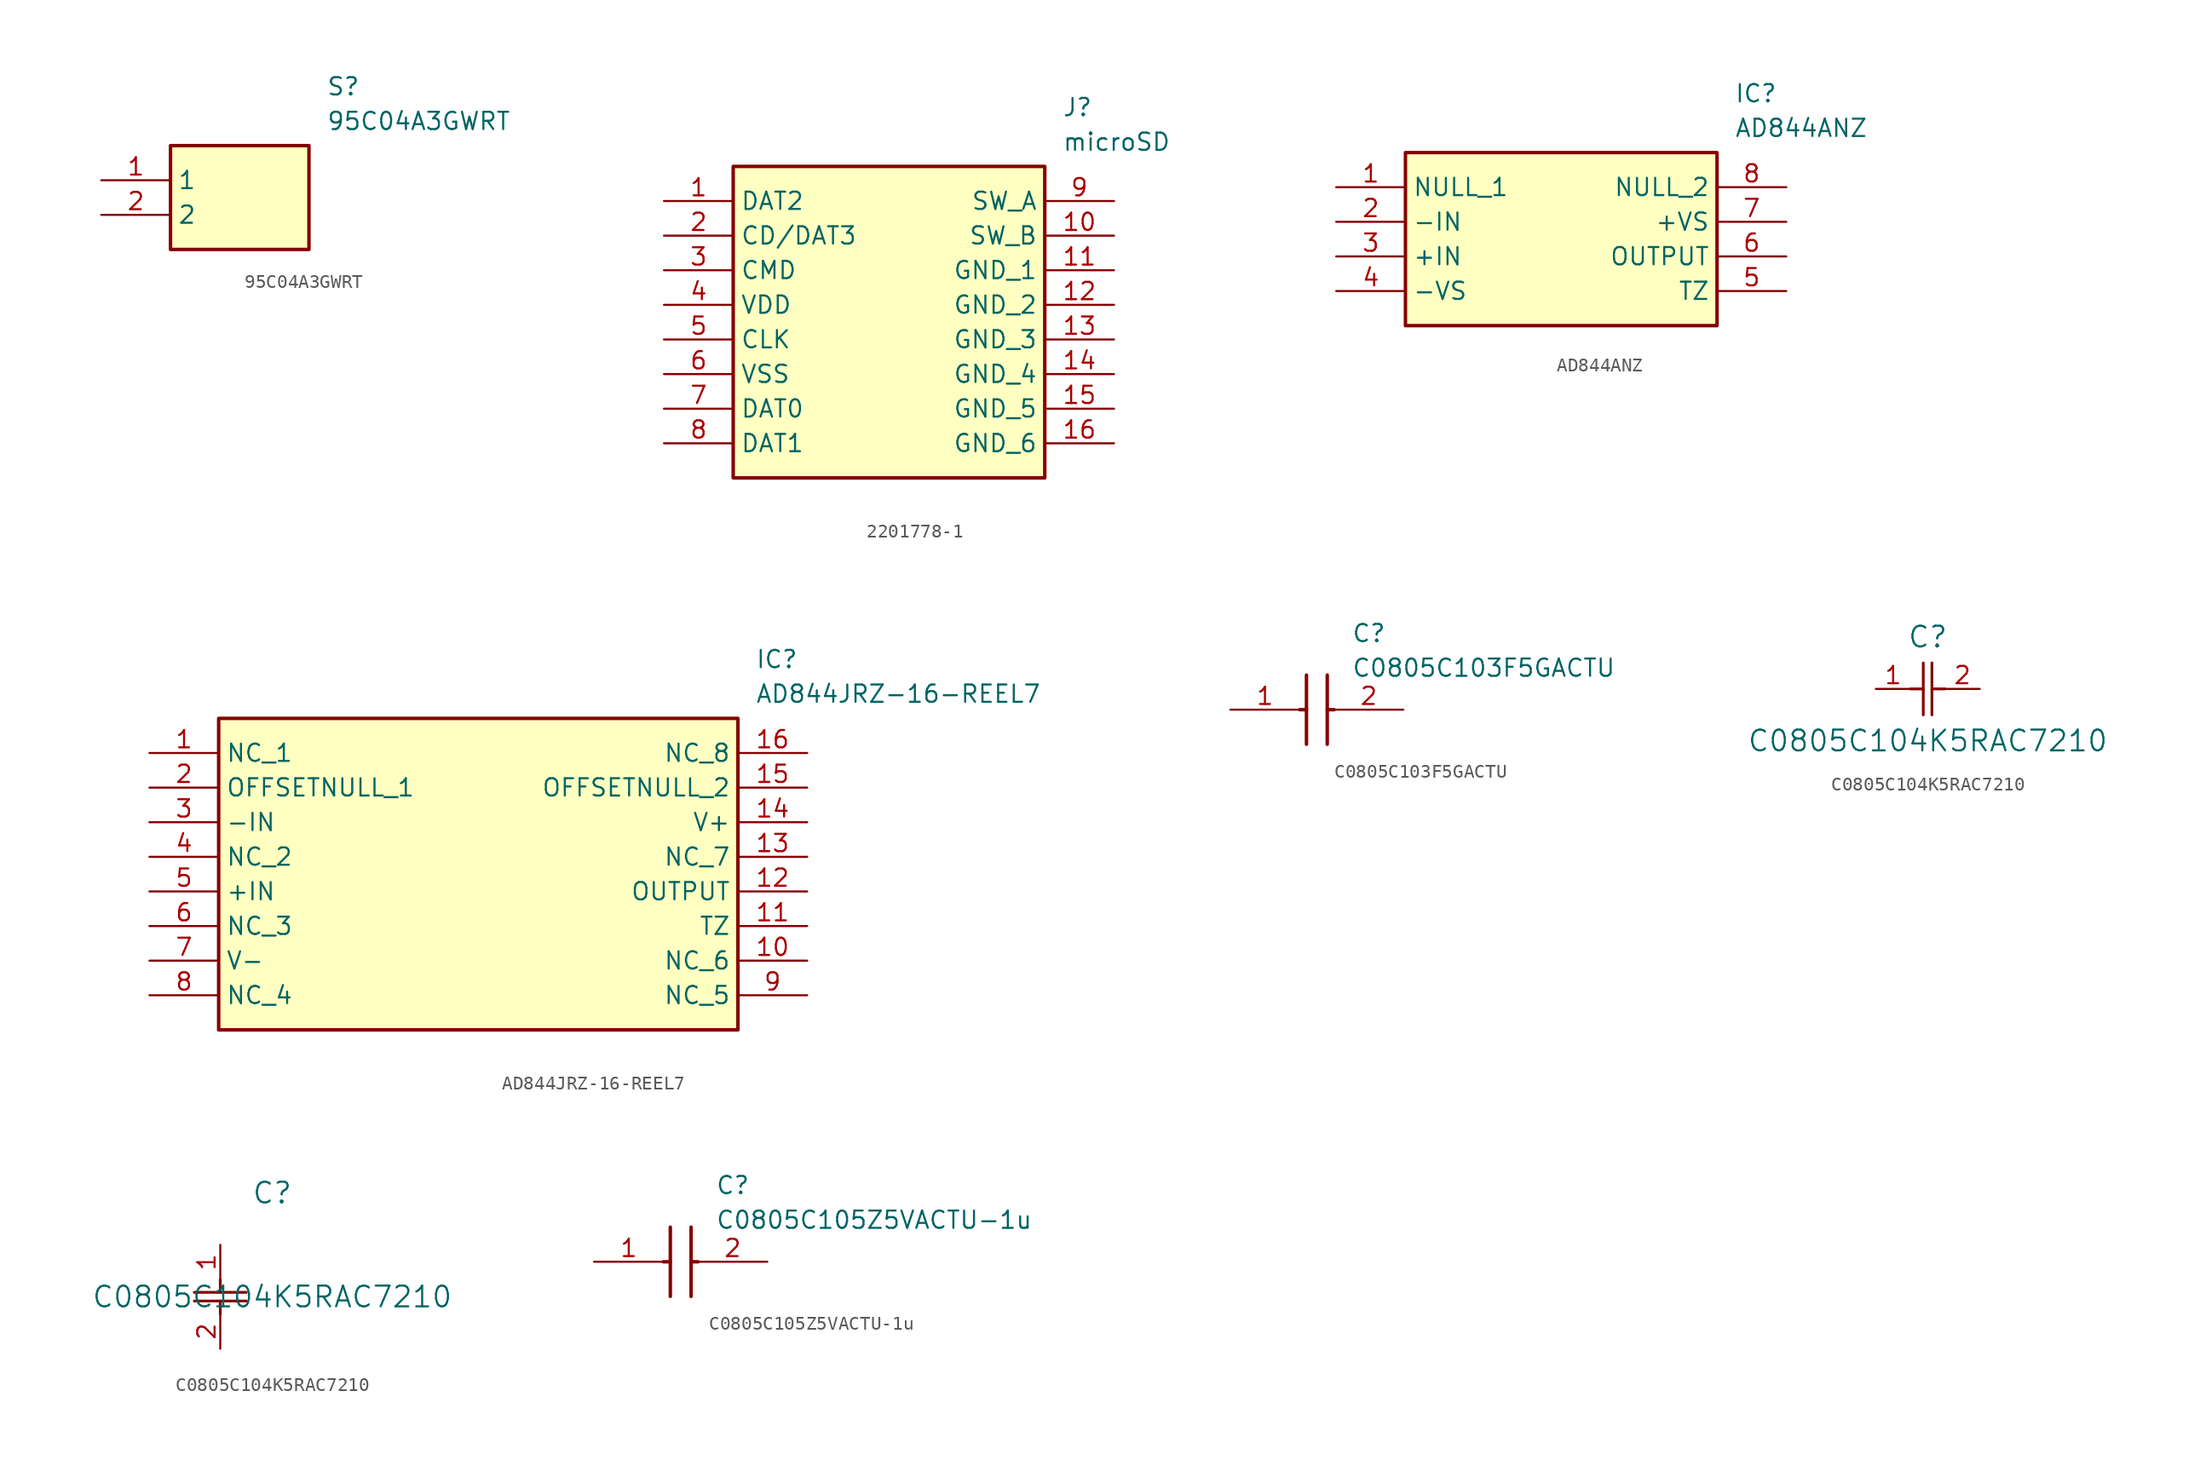
<source format=kicad_sym>
(kicad_symbol_lib
  (version 20231120)
  (generator "kicad_symbol_editor")
  (generator_version "8.0")
  (symbol "95C04A3GWRT"
    (property "Reference" "S"
      (at 16.51 7.62 0)
      (effects (font (size 1.27 1.27)) (justify left top)))
    (property "Value" "95C04A3GWRT"
      (at 16.51 5.08 0)
      (effects (font (size 1.27 1.27)) (justify left top)))
    (symbol "95C04A3GWRT_1_1"
      (rectangle (start 5.08 2.54) (end 15.24 -5.08) (stroke (width 0.254) (type default)) (fill (type background)))
      (pin passive line (at 0 0 0) (length 5.08) (name "1" (effects (font (size 1.27 1.27)))) (number "1" (effects (font (size 1.27 1.27)))))
      (pin passive line (at 0 -2.54 0) (length 5.08) (name "2" (effects (font (size 1.27 1.27)))) (number "2" (effects (font (size 1.27 1.27)))))))
  (symbol "2201778-1"
    (property "Reference" "J"
      (at 29.21 7.62 0)
      (effects (font (size 1.27 1.27)) (justify left top)))
    (property "Value" "microSD"
      (at 29.21 5.08 0)
      (effects (font (size 1.27 1.27)) (justify left top)))
    (symbol "2201778-1_1_1"
      (rectangle (start 5.08 2.54) (end 27.94 -20.32) (stroke (width 0.254) (type default)) (fill (type background)))
      (pin passive line (at 0 0 0) (length 5.08) (name "DAT2" (effects (font (size 1.27 1.27)))) (number "1" (effects (font (size 1.27 1.27)))))
      (pin passive line (at 33.02 -2.54 180) (length 5.08) (name "SW_B" (effects (font (size 1.27 1.27)))) (number "10" (effects (font (size 1.27 1.27)))))
      (pin passive line (at 33.02 -5.08 180) (length 5.08) (name "GND_1" (effects (font (size 1.27 1.27)))) (number "11" (effects (font (size 1.27 1.27)))))
      (pin passive line (at 33.02 -7.62 180) (length 5.08) (name "GND_2" (effects (font (size 1.27 1.27)))) (number "12" (effects (font (size 1.27 1.27)))))
      (pin passive line (at 33.02 -10.16 180) (length 5.08) (name "GND_3" (effects (font (size 1.27 1.27)))) (number "13" (effects (font (size 1.27 1.27)))))
      (pin passive line (at 33.02 -12.7 180) (length 5.08) (name "GND_4" (effects (font (size 1.27 1.27)))) (number "14" (effects (font (size 1.27 1.27)))))
      (pin passive line (at 33.02 -15.24 180) (length 5.08) (name "GND_5" (effects (font (size 1.27 1.27)))) (number "15" (effects (font (size 1.27 1.27)))))
      (pin passive line (at 33.02 -17.78 180) (length 5.08) (name "GND_6" (effects (font (size 1.27 1.27)))) (number "16" (effects (font (size 1.27 1.27)))))
      (pin passive line (at 0 -2.54 0) (length 5.08) (name "CD/DAT3" (effects (font (size 1.27 1.27)))) (number "2" (effects (font (size 1.27 1.27)))))
      (pin passive line (at 0 -5.08 0) (length 5.08) (name "CMD" (effects (font (size 1.27 1.27)))) (number "3" (effects (font (size 1.27 1.27)))))
      (pin passive line (at 0 -7.62 0) (length 5.08) (name "VDD" (effects (font (size 1.27 1.27)))) (number "4" (effects (font (size 1.27 1.27)))))
      (pin passive line (at 0 -10.16 0) (length 5.08) (name "CLK" (effects (font (size 1.27 1.27)))) (number "5" (effects (font (size 1.27 1.27)))))
      (pin passive line (at 0 -12.7 0) (length 5.08) (name "VSS" (effects (font (size 1.27 1.27)))) (number "6" (effects (font (size 1.27 1.27)))))
      (pin passive line (at 0 -15.24 0) (length 5.08) (name "DAT0" (effects (font (size 1.27 1.27)))) (number "7" (effects (font (size 1.27 1.27)))))
      (pin passive line (at 0 -17.78 0) (length 5.08) (name "DAT1" (effects (font (size 1.27 1.27)))) (number "8" (effects (font (size 1.27 1.27)))))
      (pin passive line (at 33.02 0 180) (length 5.08) (name "SW_A" (effects (font (size 1.27 1.27)))) (number "9" (effects (font (size 1.27 1.27)))))))
  (symbol "AD844ANZ"
    (property "Reference" "IC"
      (at 29.21 7.62 0)
      (effects (font (size 1.27 1.27)) (justify left top)))
    (property "Value" "AD844ANZ"
      (at 29.21 5.08 0)
      (effects (font (size 1.27 1.27)) (justify left top)))
    (symbol "AD844ANZ_1_1"
      (rectangle (start 5.08 2.54) (end 27.94 -10.16) (stroke (width 0.254) (type default)) (fill (type background)))
      (pin passive line (at 0 0 0) (length 5.08) (name "NULL_1" (effects (font (size 1.27 1.27)))) (number "1" (effects (font (size 1.27 1.27)))))
      (pin passive line (at 0 -2.54 0) (length 5.08) (name "-IN" (effects (font (size 1.27 1.27)))) (number "2" (effects (font (size 1.27 1.27)))))
      (pin passive line (at 0 -5.08 0) (length 5.08) (name "+IN" (effects (font (size 1.27 1.27)))) (number "3" (effects (font (size 1.27 1.27)))))
      (pin passive line (at 0 -7.62 0) (length 5.08) (name "-VS" (effects (font (size 1.27 1.27)))) (number "4" (effects (font (size 1.27 1.27)))))
      (pin passive line (at 33.02 -7.62 180) (length 5.08) (name "TZ" (effects (font (size 1.27 1.27)))) (number "5" (effects (font (size 1.27 1.27)))))
      (pin passive line (at 33.02 -5.08 180) (length 5.08) (name "OUTPUT" (effects (font (size 1.27 1.27)))) (number "6" (effects (font (size 1.27 1.27)))))
      (pin passive line (at 33.02 -2.54 180) (length 5.08) (name "+VS" (effects (font (size 1.27 1.27)))) (number "7" (effects (font (size 1.27 1.27)))))
      (pin passive line (at 33.02 0 180) (length 5.08) (name "NULL_2" (effects (font (size 1.27 1.27)))) (number "8" (effects (font (size 1.27 1.27)))))))
  (symbol "AD844JRZ-16-REEL7"
    (property "Reference" "IC"
      (at 44.45 7.62 0)
      (effects (font (size 1.27 1.27)) (justify left top)))
    (property "Value" "AD844JRZ-16-REEL7"
      (at 44.45 5.08 0)
      (effects (font (size 1.27 1.27)) (justify left top)))
    (symbol "AD844JRZ-16-REEL7_1_1"
      (rectangle (start 5.08 2.54) (end 43.18 -20.32) (stroke (width 0.254) (type default)) (fill (type background)))
      (pin passive line (at 0 0 0) (length 5.08) (name "NC_1" (effects (font (size 1.27 1.27)))) (number "1" (effects (font (size 1.27 1.27)))))
      (pin passive line (at 48.26 -15.24 180) (length 5.08) (name "NC_6" (effects (font (size 1.27 1.27)))) (number "10" (effects (font (size 1.27 1.27)))))
      (pin passive line (at 48.26 -12.7 180) (length 5.08) (name "TZ" (effects (font (size 1.27 1.27)))) (number "11" (effects (font (size 1.27 1.27)))))
      (pin passive line (at 48.26 -10.16 180) (length 5.08) (name "OUTPUT" (effects (font (size 1.27 1.27)))) (number "12" (effects (font (size 1.27 1.27)))))
      (pin passive line (at 48.26 -7.62 180) (length 5.08) (name "NC_7" (effects (font (size 1.27 1.27)))) (number "13" (effects (font (size 1.27 1.27)))))
      (pin passive line (at 48.26 -5.08 180) (length 5.08) (name "V+" (effects (font (size 1.27 1.27)))) (number "14" (effects (font (size 1.27 1.27)))))
      (pin passive line (at 48.26 -2.54 180) (length 5.08) (name "OFFSETNULL_2" (effects (font (size 1.27 1.27)))) (number "15" (effects (font (size 1.27 1.27)))))
      (pin passive line (at 48.26 0 180) (length 5.08) (name "NC_8" (effects (font (size 1.27 1.27)))) (number "16" (effects (font (size 1.27 1.27)))))
      (pin passive line (at 0 -2.54 0) (length 5.08) (name "OFFSETNULL_1" (effects (font (size 1.27 1.27)))) (number "2" (effects (font (size 1.27 1.27)))))
      (pin passive line (at 0 -5.08 0) (length 5.08) (name "-IN" (effects (font (size 1.27 1.27)))) (number "3" (effects (font (size 1.27 1.27)))))
      (pin passive line (at 0 -7.62 0) (length 5.08) (name "NC_2" (effects (font (size 1.27 1.27)))) (number "4" (effects (font (size 1.27 1.27)))))
      (pin passive line (at 0 -10.16 0) (length 5.08) (name "+IN" (effects (font (size 1.27 1.27)))) (number "5" (effects (font (size 1.27 1.27)))))
      (pin passive line (at 0 -12.7 0) (length 5.08) (name "NC_3" (effects (font (size 1.27 1.27)))) (number "6" (effects (font (size 1.27 1.27)))))
      (pin passive line (at 0 -15.24 0) (length 5.08) (name "V-" (effects (font (size 1.27 1.27)))) (number "7" (effects (font (size 1.27 1.27)))))
      (pin passive line (at 0 -17.78 0) (length 5.08) (name "NC_4" (effects (font (size 1.27 1.27)))) (number "8" (effects (font (size 1.27 1.27)))))
      (pin passive line (at 48.26 -17.78 180) (length 5.08) (name "NC_5" (effects (font (size 1.27 1.27)))) (number "9" (effects (font (size 1.27 1.27)))))))
  (symbol "C0805C103F5GACTU"
    (pin_names hide)
    (property "Reference" "C"
      (at 8.89 6.35 0)
      (effects (font (size 1.27 1.27)) (justify left top)))
    (property "Value" "C0805C103F5GACTU"
      (at 8.89 3.81 0)
      (effects (font (size 1.27 1.27)) (justify left top)))
    (symbol "C0805C103F5GACTU_1_1"
      (polyline (pts (xy 5.08 0) (xy 5.588 0)) (stroke (width 0.254) (type default)) (fill (type none)))
      (polyline (pts (xy 5.588 2.54) (xy 5.588 -2.54)) (stroke (width 0.254) (type default)) (fill (type none)))
      (polyline (pts (xy 7.112 0) (xy 7.62 0)) (stroke (width 0.254) (type default)) (fill (type none)))
      (polyline (pts (xy 7.112 2.54) (xy 7.112 -2.54)) (stroke (width 0.254) (type default)) (fill (type none)))
      (pin passive line (at 0 0 0) (length 5.08) (name "1" (effects (font (size 1.27 1.27)))) (number "1" (effects (font (size 1.27 1.27)))))
      (pin passive line (at 12.7 0 180) (length 5.08) (name "2" (effects (font (size 1.27 1.27)))) (number "2" (effects (font (size 1.27 1.27)))))))
  (symbol "C0805C104K5RAC7210"
    (pin_names
      (offset 0.254))
    (property "Reference" "C"
      (at 3.81 3.81 0)
      (effects (font (size 1.524 1.524))))
    (property "Value" "C0805C104K5RAC7210"
      (at 3.81 -3.81 0)
      (effects (font (size 1.524 1.524))))
    (property "ki_locked" ""
      (at 0 0 0)
      (effects (font (size 1.27 1.27))))
    (symbol "C0805C104K5RAC7210_1_1"
      (polyline (pts (xy 2.54 0) (xy 3.48 0)) (stroke (width 0.203) (type default)) (fill (type none)))
      (polyline (pts (xy 3.48 -1.905) (xy 3.48 1.905)) (stroke (width 0.203) (type default)) (fill (type none)))
      (polyline (pts (xy 4.115 -1.905) (xy 4.115 1.905)) (stroke (width 0.203) (type default)) (fill (type none)))
      (polyline (pts (xy 4.115 0) (xy 5.08 0)) (stroke (width 0.203) (type default)) (fill (type none)))
      (pin unspecified line (at 0 0 0) (length 2.54) (name "" (effects (font (size 1.27 1.27)))) (number "1" (effects (font (size 1.27 1.27)))))
      (pin unspecified line (at 7.62 0 180) (length 2.54) (name "" (effects (font (size 1.27 1.27)))) (number "2" (effects (font (size 1.27 1.27))))))
    (symbol "C0805C104K5RAC7210_1_2"
      (polyline (pts (xy -1.905 -4.115) (xy 1.905 -4.115)) (stroke (width 0.203) (type default)) (fill (type none)))
      (polyline (pts (xy -1.905 -3.48) (xy 1.905 -3.48)) (stroke (width 0.203) (type default)) (fill (type none)))
      (polyline (pts (xy 0 -4.115) (xy 0 -5.08)) (stroke (width 0.203) (type default)) (fill (type none)))
      (polyline (pts (xy 0 -2.54) (xy 0 -3.48)) (stroke (width 0.203) (type default)) (fill (type none)))
      (pin unspecified line (at 0 0 270) (length 2.54) (name "" (effects (font (size 1.27 1.27)))) (number "1" (effects (font (size 1.27 1.27)))))
      (pin unspecified line (at 0 -7.62 90) (length 2.54) (name "" (effects (font (size 1.27 1.27)))) (number "2" (effects (font (size 1.27 1.27)))))))
  (symbol "C0805C105Z5VACTU-1u"
    (pin_names hide)
    (property "Reference" "C"
      (at 8.89 6.35 0)
      (effects (font (size 1.27 1.27)) (justify left top)))
    (property "Value" "C0805C105Z5VACTU-1u"
      (at 8.89 3.81 0)
      (effects (font (size 1.27 1.27)) (justify left top)))
    (symbol "C0805C105Z5VACTU-1u_1_1"
      (polyline (pts (xy 5.08 0) (xy 5.588 0)) (stroke (width 0.254) (type default)) (fill (type none)))
      (polyline (pts (xy 5.588 2.54) (xy 5.588 -2.54)) (stroke (width 0.254) (type default)) (fill (type none)))
      (polyline (pts (xy 7.112 0) (xy 7.62 0)) (stroke (width 0.254) (type default)) (fill (type none)))
      (polyline (pts (xy 7.112 2.54) (xy 7.112 -2.54)) (stroke (width 0.254) (type default)) (fill (type none)))
      (pin passive line (at 0 0 0) (length 5.08) (name "1" (effects (font (size 1.27 1.27)))) (number "1" (effects (font (size 1.27 1.27)))))
      (pin passive line (at 12.7 0 180) (length 5.08) (name "2" (effects (font (size 1.27 1.27)))) (number "2" (effects (font (size 1.27 1.27))))))))
</source>
